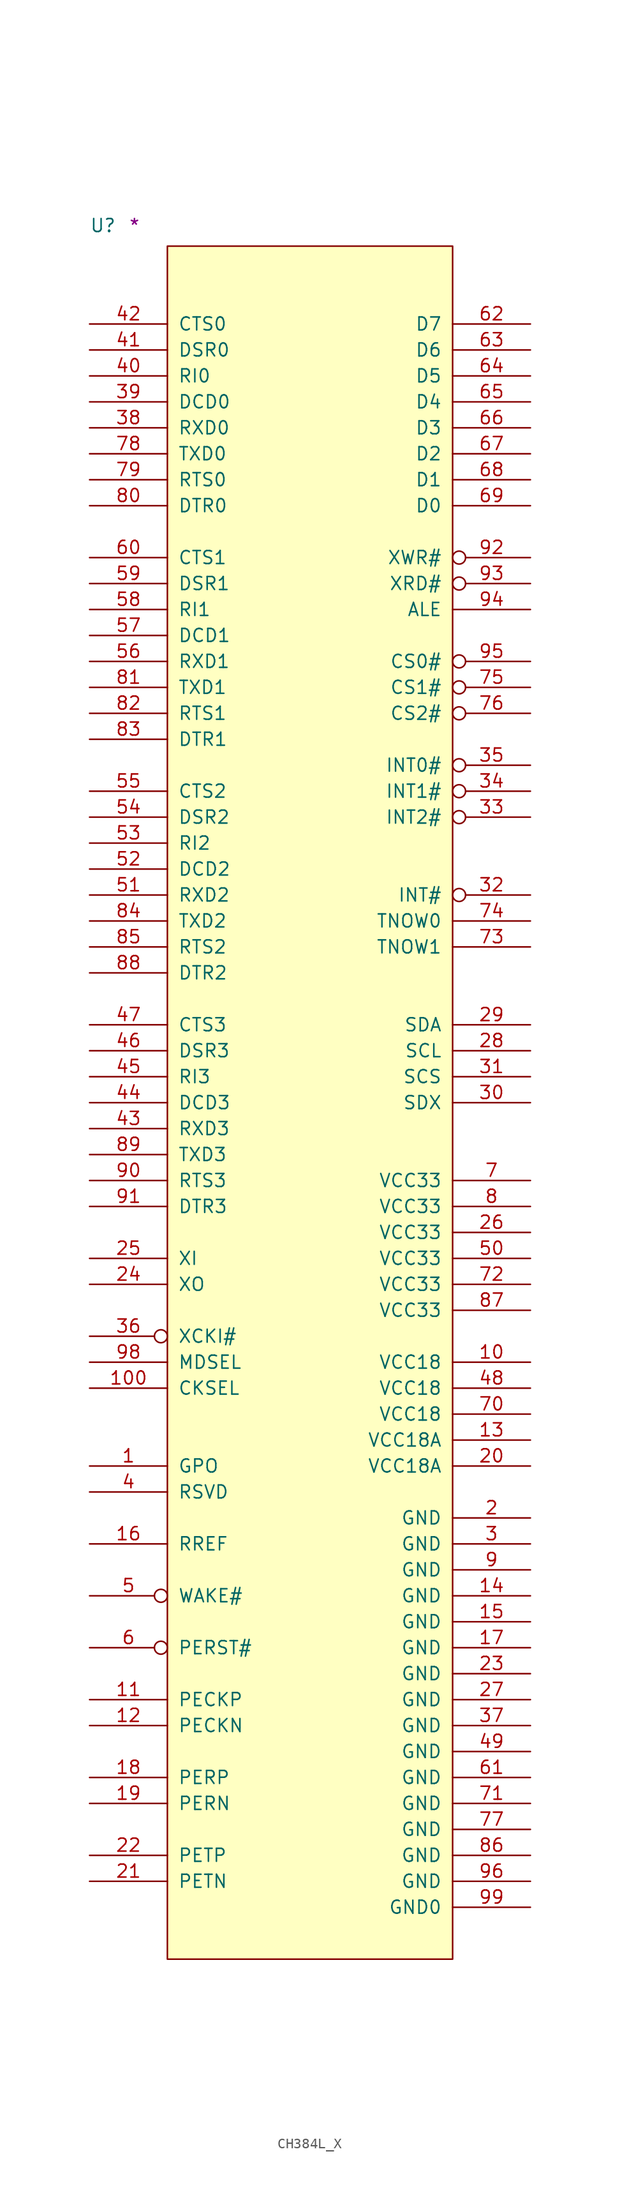
<source format=kicad_sym>
(kicad_symbol_lib
  (version 20211014)
  (generator kicad_symbol_editor)
  (symbol "CH384L_X"
    (pin_names
      (offset 1.016))
    (property "Reference" "U"
      (at -7.62 1.27 0)
      (effects (font (size 1.27 1.27)) (justify left bottom)))
    (property "Comment" "*"
      (at -3.81 1.27 0)
      (effects (font (size 1.27 1.27)) (justify left bottom)))
    (symbol "CH384L_X_1_1"
      (rectangle (start 0 -167.64) (end 27.94 0) (stroke (width 0) (type default) (color 0 0 0 0)) (fill (type background)))
      (pin output line (at -7.62 -119.38 0) (length 7.62) (name "GPO" (effects (font (size 1.27 1.27)))) (number "1" (effects (font (size 1.27 1.27)))))
      (pin power_in line (at 35.56 -109.22 180) (length 7.62) (name "VCC18" (effects (font (size 1.27 1.27)))) (number "10" (effects (font (size 1.27 1.27)))))
      (pin input line (at -7.62 -111.76 0) (length 7.62) (name "CKSEL" (effects (font (size 1.27 1.27)))) (number "100" (effects (font (size 1.27 1.27)))))
      (pin input line (at -7.62 -142.24 0) (length 7.62) (name "PECKP" (effects (font (size 1.27 1.27)))) (number "11" (effects (font (size 1.27 1.27)))))
      (pin input line (at -7.62 -144.78 0) (length 7.62) (name "PECKN" (effects (font (size 1.27 1.27)))) (number "12" (effects (font (size 1.27 1.27)))))
      (pin power_in line (at 35.56 -116.84 180) (length 7.62) (name "VCC18A" (effects (font (size 1.27 1.27)))) (number "13" (effects (font (size 1.27 1.27)))))
      (pin power_in line (at 35.56 -132.08 180) (length 7.62) (name "GND" (effects (font (size 1.27 1.27)))) (number "14" (effects (font (size 1.27 1.27)))))
      (pin power_in line (at 35.56 -134.62 180) (length 7.62) (name "GND" (effects (font (size 1.27 1.27)))) (number "15" (effects (font (size 1.27 1.27)))))
      (pin bidirectional line (at -7.62 -127 0) (length 7.62) (name "RREF" (effects (font (size 1.27 1.27)))) (number "16" (effects (font (size 1.27 1.27)))))
      (pin power_in line (at 35.56 -137.16 180) (length 7.62) (name "GND" (effects (font (size 1.27 1.27)))) (number "17" (effects (font (size 1.27 1.27)))))
      (pin input line (at -7.62 -149.86 0) (length 7.62) (name "PERP" (effects (font (size 1.27 1.27)))) (number "18" (effects (font (size 1.27 1.27)))))
      (pin input line (at -7.62 -152.4 0) (length 7.62) (name "PERN" (effects (font (size 1.27 1.27)))) (number "19" (effects (font (size 1.27 1.27)))))
      (pin power_in line (at 35.56 -124.46 180) (length 7.62) (name "GND" (effects (font (size 1.27 1.27)))) (number "2" (effects (font (size 1.27 1.27)))))
      (pin power_in line (at 35.56 -119.38 180) (length 7.62) (name "VCC18A" (effects (font (size 1.27 1.27)))) (number "20" (effects (font (size 1.27 1.27)))))
      (pin output line (at -7.62 -160.02 0) (length 7.62) (name "PETN" (effects (font (size 1.27 1.27)))) (number "21" (effects (font (size 1.27 1.27)))))
      (pin output line (at -7.62 -157.48 0) (length 7.62) (name "PETP" (effects (font (size 1.27 1.27)))) (number "22" (effects (font (size 1.27 1.27)))))
      (pin power_in line (at 35.56 -139.7 180) (length 7.62) (name "GND" (effects (font (size 1.27 1.27)))) (number "23" (effects (font (size 1.27 1.27)))))
      (pin bidirectional line (at -7.62 -101.6 0) (length 7.62) (name "XO" (effects (font (size 1.27 1.27)))) (number "24" (effects (font (size 1.27 1.27)))))
      (pin input line (at -7.62 -99.06 0) (length 7.62) (name "XI" (effects (font (size 1.27 1.27)))) (number "25" (effects (font (size 1.27 1.27)))))
      (pin power_in line (at 35.56 -96.52 180) (length 7.62) (name "VCC33" (effects (font (size 1.27 1.27)))) (number "26" (effects (font (size 1.27 1.27)))))
      (pin power_in line (at 35.56 -142.24 180) (length 7.62) (name "GND" (effects (font (size 1.27 1.27)))) (number "27" (effects (font (size 1.27 1.27)))))
      (pin output line (at 35.56 -78.74 180) (length 7.62) (name "SCL" (effects (font (size 1.27 1.27)))) (number "28" (effects (font (size 1.27 1.27)))))
      (pin bidirectional line (at 35.56 -76.2 180) (length 7.62) (name "SDA" (effects (font (size 1.27 1.27)))) (number "29" (effects (font (size 1.27 1.27)))))
      (pin power_in line (at 35.56 -127 180) (length 7.62) (name "GND" (effects (font (size 1.27 1.27)))) (number "3" (effects (font (size 1.27 1.27)))))
      (pin bidirectional line (at 35.56 -83.82 180) (length 7.62) (name "SDX" (effects (font (size 1.27 1.27)))) (number "30" (effects (font (size 1.27 1.27)))))
      (pin output line (at 35.56 -81.28 180) (length 7.62) (name "SCS" (effects (font (size 1.27 1.27)))) (number "31" (effects (font (size 1.27 1.27)))))
      (pin input inverted (at 35.56 -63.5 180) (length 7.62) (name "INT#" (effects (font (size 1.27 1.27)))) (number "32" (effects (font (size 1.27 1.27)))))
      (pin input inverted (at 35.56 -55.88 180) (length 7.62) (name "INT2#" (effects (font (size 1.27 1.27)))) (number "33" (effects (font (size 1.27 1.27)))))
      (pin input inverted (at 35.56 -53.34 180) (length 7.62) (name "INT1#" (effects (font (size 1.27 1.27)))) (number "34" (effects (font (size 1.27 1.27)))))
      (pin input inverted (at 35.56 -50.8 180) (length 7.62) (name "INT0#" (effects (font (size 1.27 1.27)))) (number "35" (effects (font (size 1.27 1.27)))))
      (pin input inverted (at -7.62 -106.68 0) (length 7.62) (name "XCKI#" (effects (font (size 1.27 1.27)))) (number "36" (effects (font (size 1.27 1.27)))))
      (pin power_in line (at 35.56 -144.78 180) (length 7.62) (name "GND" (effects (font (size 1.27 1.27)))) (number "37" (effects (font (size 1.27 1.27)))))
      (pin input line (at -7.62 -17.78 0) (length 7.62) (name "RXD0" (effects (font (size 1.27 1.27)))) (number "38" (effects (font (size 1.27 1.27)))))
      (pin input line (at -7.62 -15.24 0) (length 7.62) (name "DCD0" (effects (font (size 1.27 1.27)))) (number "39" (effects (font (size 1.27 1.27)))))
      (pin input line (at -7.62 -121.92 0) (length 7.62) (name "RSVD" (effects (font (size 1.27 1.27)))) (number "4" (effects (font (size 1.27 1.27)))))
      (pin input line (at -7.62 -12.7 0) (length 7.62) (name "RI0" (effects (font (size 1.27 1.27)))) (number "40" (effects (font (size 1.27 1.27)))))
      (pin input line (at -7.62 -10.16 0) (length 7.62) (name "DSR0" (effects (font (size 1.27 1.27)))) (number "41" (effects (font (size 1.27 1.27)))))
      (pin input line (at -7.62 -7.62 0) (length 7.62) (name "CTS0" (effects (font (size 1.27 1.27)))) (number "42" (effects (font (size 1.27 1.27)))))
      (pin input line (at -7.62 -86.36 0) (length 7.62) (name "RXD3" (effects (font (size 1.27 1.27)))) (number "43" (effects (font (size 1.27 1.27)))))
      (pin input line (at -7.62 -83.82 0) (length 7.62) (name "DCD3" (effects (font (size 1.27 1.27)))) (number "44" (effects (font (size 1.27 1.27)))))
      (pin input line (at -7.62 -81.28 0) (length 7.62) (name "RI3" (effects (font (size 1.27 1.27)))) (number "45" (effects (font (size 1.27 1.27)))))
      (pin input line (at -7.62 -78.74 0) (length 7.62) (name "DSR3" (effects (font (size 1.27 1.27)))) (number "46" (effects (font (size 1.27 1.27)))))
      (pin input line (at -7.62 -76.2 0) (length 7.62) (name "CTS3" (effects (font (size 1.27 1.27)))) (number "47" (effects (font (size 1.27 1.27)))))
      (pin power_in line (at 35.56 -111.76 180) (length 7.62) (name "VCC18" (effects (font (size 1.27 1.27)))) (number "48" (effects (font (size 1.27 1.27)))))
      (pin power_in line (at 35.56 -147.32 180) (length 7.62) (name "GND" (effects (font (size 1.27 1.27)))) (number "49" (effects (font (size 1.27 1.27)))))
      (pin open_collector inverted (at -7.62 -132.08 0) (length 7.62) (name "WAKE#" (effects (font (size 1.27 1.27)))) (number "5" (effects (font (size 1.27 1.27)))))
      (pin power_in line (at 35.56 -99.06 180) (length 7.62) (name "VCC33" (effects (font (size 1.27 1.27)))) (number "50" (effects (font (size 1.27 1.27)))))
      (pin input line (at -7.62 -63.5 0) (length 7.62) (name "RXD2" (effects (font (size 1.27 1.27)))) (number "51" (effects (font (size 1.27 1.27)))))
      (pin input line (at -7.62 -60.96 0) (length 7.62) (name "DCD2" (effects (font (size 1.27 1.27)))) (number "52" (effects (font (size 1.27 1.27)))))
      (pin input line (at -7.62 -58.42 0) (length 7.62) (name "RI2" (effects (font (size 1.27 1.27)))) (number "53" (effects (font (size 1.27 1.27)))))
      (pin input line (at -7.62 -55.88 0) (length 7.62) (name "DSR2" (effects (font (size 1.27 1.27)))) (number "54" (effects (font (size 1.27 1.27)))))
      (pin input line (at -7.62 -53.34 0) (length 7.62) (name "CTS2" (effects (font (size 1.27 1.27)))) (number "55" (effects (font (size 1.27 1.27)))))
      (pin input line (at -7.62 -40.64 0) (length 7.62) (name "RXD1" (effects (font (size 1.27 1.27)))) (number "56" (effects (font (size 1.27 1.27)))))
      (pin input line (at -7.62 -38.1 0) (length 7.62) (name "DCD1" (effects (font (size 1.27 1.27)))) (number "57" (effects (font (size 1.27 1.27)))))
      (pin input line (at -7.62 -35.56 0) (length 7.62) (name "RI1" (effects (font (size 1.27 1.27)))) (number "58" (effects (font (size 1.27 1.27)))))
      (pin input line (at -7.62 -33.02 0) (length 7.62) (name "DSR1" (effects (font (size 1.27 1.27)))) (number "59" (effects (font (size 1.27 1.27)))))
      (pin input inverted (at -7.62 -137.16 0) (length 7.62) (name "PERST#" (effects (font (size 1.27 1.27)))) (number "6" (effects (font (size 1.27 1.27)))))
      (pin input line (at -7.62 -30.48 0) (length 7.62) (name "CTS1" (effects (font (size 1.27 1.27)))) (number "60" (effects (font (size 1.27 1.27)))))
      (pin power_in line (at 35.56 -149.86 180) (length 7.62) (name "GND" (effects (font (size 1.27 1.27)))) (number "61" (effects (font (size 1.27 1.27)))))
      (pin bidirectional line (at 35.56 -7.62 180) (length 7.62) (name "D7" (effects (font (size 1.27 1.27)))) (number "62" (effects (font (size 1.27 1.27)))))
      (pin bidirectional line (at 35.56 -10.16 180) (length 7.62) (name "D6" (effects (font (size 1.27 1.27)))) (number "63" (effects (font (size 1.27 1.27)))))
      (pin bidirectional line (at 35.56 -12.7 180) (length 7.62) (name "D5" (effects (font (size 1.27 1.27)))) (number "64" (effects (font (size 1.27 1.27)))))
      (pin bidirectional line (at 35.56 -15.24 180) (length 7.62) (name "D4" (effects (font (size 1.27 1.27)))) (number "65" (effects (font (size 1.27 1.27)))))
      (pin bidirectional line (at 35.56 -17.78 180) (length 7.62) (name "D3" (effects (font (size 1.27 1.27)))) (number "66" (effects (font (size 1.27 1.27)))))
      (pin bidirectional line (at 35.56 -20.32 180) (length 7.62) (name "D2" (effects (font (size 1.27 1.27)))) (number "67" (effects (font (size 1.27 1.27)))))
      (pin bidirectional line (at 35.56 -22.86 180) (length 7.62) (name "D1" (effects (font (size 1.27 1.27)))) (number "68" (effects (font (size 1.27 1.27)))))
      (pin bidirectional line (at 35.56 -25.4 180) (length 7.62) (name "D0" (effects (font (size 1.27 1.27)))) (number "69" (effects (font (size 1.27 1.27)))))
      (pin power_in line (at 35.56 -91.44 180) (length 7.62) (name "VCC33" (effects (font (size 1.27 1.27)))) (number "7" (effects (font (size 1.27 1.27)))))
      (pin power_in line (at 35.56 -114.3 180) (length 7.62) (name "VCC18" (effects (font (size 1.27 1.27)))) (number "70" (effects (font (size 1.27 1.27)))))
      (pin power_in line (at 35.56 -152.4 180) (length 7.62) (name "GND" (effects (font (size 1.27 1.27)))) (number "71" (effects (font (size 1.27 1.27)))))
      (pin power_in line (at 35.56 -101.6 180) (length 7.62) (name "VCC33" (effects (font (size 1.27 1.27)))) (number "72" (effects (font (size 1.27 1.27)))))
      (pin output line (at 35.56 -68.58 180) (length 7.62) (name "TNOW1" (effects (font (size 1.27 1.27)))) (number "73" (effects (font (size 1.27 1.27)))))
      (pin output line (at 35.56 -66.04 180) (length 7.62) (name "TNOW0" (effects (font (size 1.27 1.27)))) (number "74" (effects (font (size 1.27 1.27)))))
      (pin output inverted (at 35.56 -43.18 180) (length 7.62) (name "CS1#" (effects (font (size 1.27 1.27)))) (number "75" (effects (font (size 1.27 1.27)))))
      (pin output inverted (at 35.56 -45.72 180) (length 7.62) (name "CS2#" (effects (font (size 1.27 1.27)))) (number "76" (effects (font (size 1.27 1.27)))))
      (pin power_in line (at 35.56 -154.94 180) (length 7.62) (name "GND" (effects (font (size 1.27 1.27)))) (number "77" (effects (font (size 1.27 1.27)))))
      (pin output line (at -7.62 -20.32 0) (length 7.62) (name "TXD0" (effects (font (size 1.27 1.27)))) (number "78" (effects (font (size 1.27 1.27)))))
      (pin output line (at -7.62 -22.86 0) (length 7.62) (name "RTS0" (effects (font (size 1.27 1.27)))) (number "79" (effects (font (size 1.27 1.27)))))
      (pin power_in line (at 35.56 -93.98 180) (length 7.62) (name "VCC33" (effects (font (size 1.27 1.27)))) (number "8" (effects (font (size 1.27 1.27)))))
      (pin output line (at -7.62 -25.4 0) (length 7.62) (name "DTR0" (effects (font (size 1.27 1.27)))) (number "80" (effects (font (size 1.27 1.27)))))
      (pin output line (at -7.62 -43.18 0) (length 7.62) (name "TXD1" (effects (font (size 1.27 1.27)))) (number "81" (effects (font (size 1.27 1.27)))))
      (pin output line (at -7.62 -45.72 0) (length 7.62) (name "RTS1" (effects (font (size 1.27 1.27)))) (number "82" (effects (font (size 1.27 1.27)))))
      (pin output line (at -7.62 -48.26 0) (length 7.62) (name "DTR1" (effects (font (size 1.27 1.27)))) (number "83" (effects (font (size 1.27 1.27)))))
      (pin output line (at -7.62 -66.04 0) (length 7.62) (name "TXD2" (effects (font (size 1.27 1.27)))) (number "84" (effects (font (size 1.27 1.27)))))
      (pin output line (at -7.62 -68.58 0) (length 7.62) (name "RTS2" (effects (font (size 1.27 1.27)))) (number "85" (effects (font (size 1.27 1.27)))))
      (pin power_in line (at 35.56 -157.48 180) (length 7.62) (name "GND" (effects (font (size 1.27 1.27)))) (number "86" (effects (font (size 1.27 1.27)))))
      (pin power_in line (at 35.56 -104.14 180) (length 7.62) (name "VCC33" (effects (font (size 1.27 1.27)))) (number "87" (effects (font (size 1.27 1.27)))))
      (pin output line (at -7.62 -71.12 0) (length 7.62) (name "DTR2" (effects (font (size 1.27 1.27)))) (number "88" (effects (font (size 1.27 1.27)))))
      (pin output line (at -7.62 -88.9 0) (length 7.62) (name "TXD3" (effects (font (size 1.27 1.27)))) (number "89" (effects (font (size 1.27 1.27)))))
      (pin power_in line (at 35.56 -129.54 180) (length 7.62) (name "GND" (effects (font (size 1.27 1.27)))) (number "9" (effects (font (size 1.27 1.27)))))
      (pin output line (at -7.62 -91.44 0) (length 7.62) (name "RTS3" (effects (font (size 1.27 1.27)))) (number "90" (effects (font (size 1.27 1.27)))))
      (pin output line (at -7.62 -93.98 0) (length 7.62) (name "DTR3" (effects (font (size 1.27 1.27)))) (number "91" (effects (font (size 1.27 1.27)))))
      (pin output inverted (at 35.56 -30.48 180) (length 7.62) (name "XWR#" (effects (font (size 1.27 1.27)))) (number "92" (effects (font (size 1.27 1.27)))))
      (pin output inverted (at 35.56 -33.02 180) (length 7.62) (name "XRD#" (effects (font (size 1.27 1.27)))) (number "93" (effects (font (size 1.27 1.27)))))
      (pin output line (at 35.56 -35.56 180) (length 7.62) (name "ALE" (effects (font (size 1.27 1.27)))) (number "94" (effects (font (size 1.27 1.27)))))
      (pin output inverted (at 35.56 -40.64 180) (length 7.62) (name "CS0#" (effects (font (size 1.27 1.27)))) (number "95" (effects (font (size 1.27 1.27)))))
      (pin power_in line (at 35.56 -160.02 180) (length 7.62) (name "GND" (effects (font (size 1.27 1.27)))) (number "96" (effects (font (size 1.27 1.27)))))
      (pin input line (at -7.62 -109.22 0) (length 7.62) (name "MDSEL" (effects (font (size 1.27 1.27)))) (number "98" (effects (font (size 1.27 1.27)))))
      (pin input line (at 35.56 -162.56 180) (length 7.62) (name "GND0" (effects (font (size 1.27 1.27)))) (number "99" (effects (font (size 1.27 1.27))))))))
</source>
